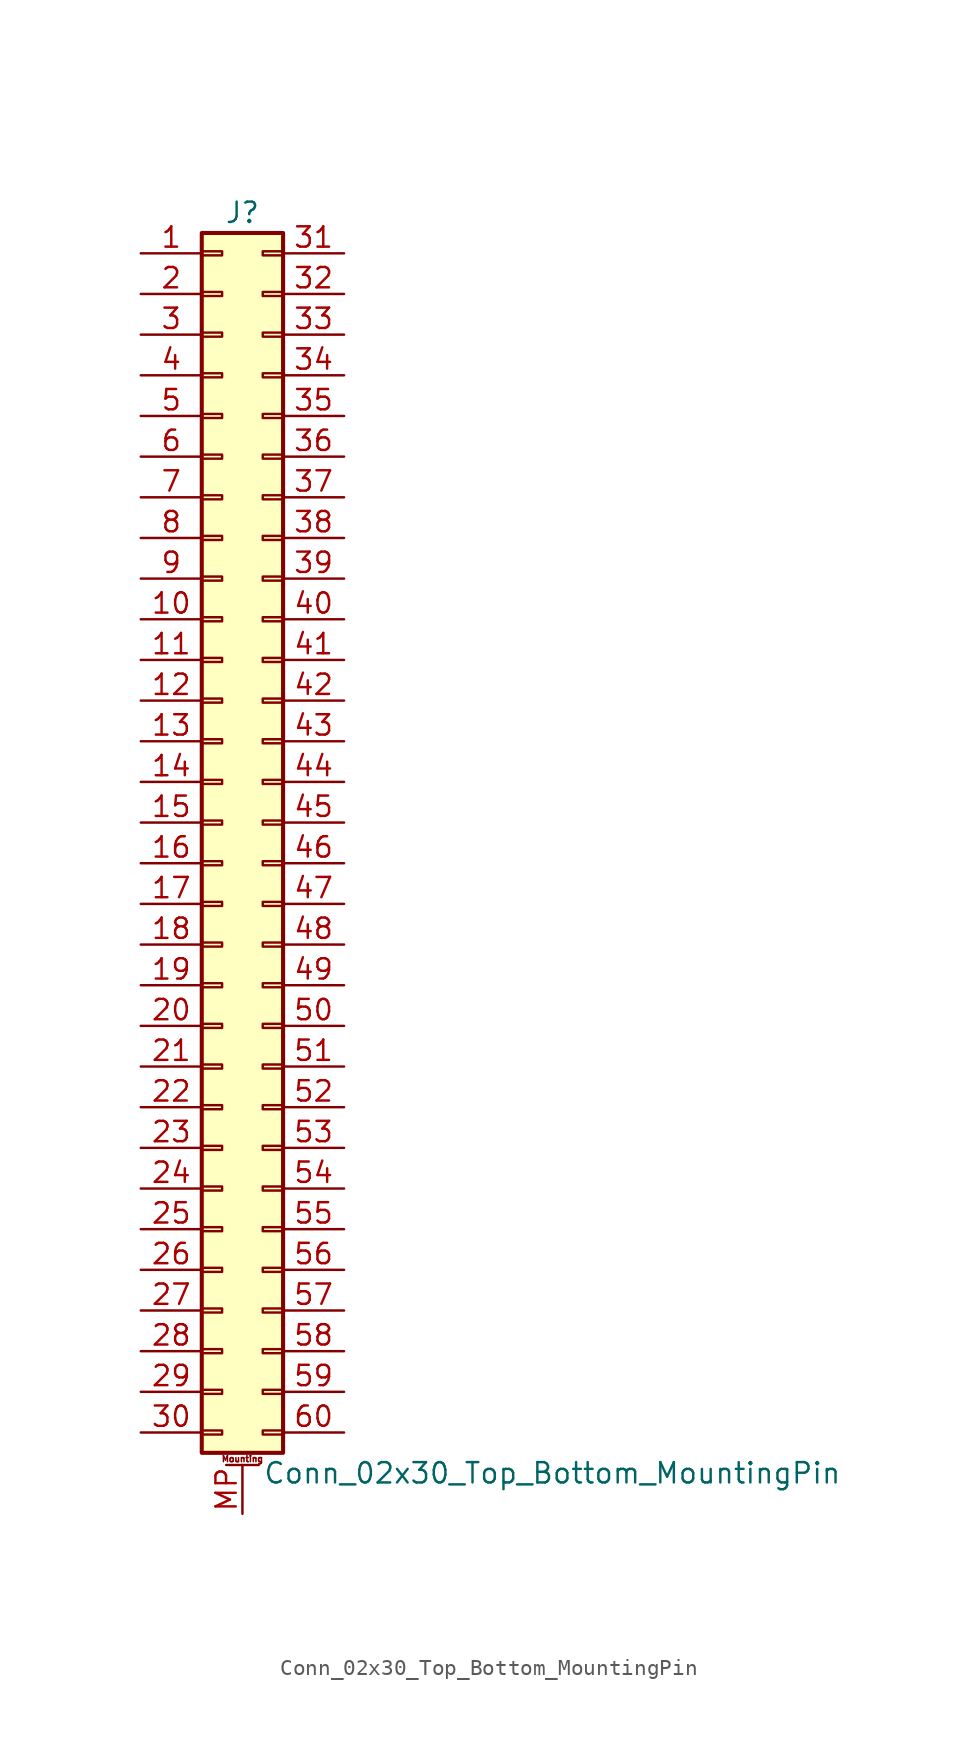
<source format=kicad_sym>
(kicad_symbol_lib
  (version 20201005)
  (generator kicad_symbol_editor)
  (symbol "Conn_02x30_Top_Bottom_MountingPin"
    (pin_names
      (offset 1.016) hide)
    (property "Reference" "J"
      (at 1.27 38.1 0)
      (effects (font (size 1.27 1.27))))
    (property "Value" "Conn_02x30_Top_Bottom_MountingPin"
      (at 2.54 -40.64 0)
      (effects (font (size 1.27 1.27)) (justify left)))
    (symbol "Conn_02x30_Top_Bottom_MountingPin_1_1"
      (text "Mounting" (at 1.27 -39.751 0) (effects (font (size 0.381 0.381))))
      (rectangle (start -1.27 -37.973) (end 0 -38.227) (stroke (width 0.152)) (fill (type none)))
      (rectangle (start -1.27 -35.433) (end 0 -35.687) (stroke (width 0.152)) (fill (type none)))
      (rectangle (start -1.27 -32.893) (end 0 -33.147) (stroke (width 0.152)) (fill (type none)))
      (rectangle (start -1.27 -30.353) (end 0 -30.607) (stroke (width 0.152)) (fill (type none)))
      (rectangle (start -1.27 -27.813) (end 0 -28.067) (stroke (width 0.152)) (fill (type none)))
      (rectangle (start -1.27 -25.273) (end 0 -25.527) (stroke (width 0.152)) (fill (type none)))
      (rectangle (start -1.27 -22.733) (end 0 -22.987) (stroke (width 0.152)) (fill (type none)))
      (rectangle (start -1.27 -20.193) (end 0 -20.447) (stroke (width 0.152)) (fill (type none)))
      (rectangle (start -1.27 -17.653) (end 0 -17.907) (stroke (width 0.152)) (fill (type none)))
      (rectangle (start -1.27 -15.113) (end 0 -15.367) (stroke (width 0.152)) (fill (type none)))
      (rectangle (start -1.27 -12.573) (end 0 -12.827) (stroke (width 0.152)) (fill (type none)))
      (rectangle (start -1.27 -10.033) (end 0 -10.287) (stroke (width 0.152)) (fill (type none)))
      (rectangle (start -1.27 -7.493) (end 0 -7.747) (stroke (width 0.152)) (fill (type none)))
      (rectangle (start -1.27 -4.953) (end 0 -5.207) (stroke (width 0.152)) (fill (type none)))
      (rectangle (start -1.27 -2.413) (end 0 -2.667) (stroke (width 0.152)) (fill (type none)))
      (rectangle (start -1.27 0.127) (end 0 -0.127) (stroke (width 0.152)) (fill (type none)))
      (rectangle (start -1.27 2.667) (end 0 2.413) (stroke (width 0.152)) (fill (type none)))
      (rectangle (start -1.27 5.207) (end 0 4.953) (stroke (width 0.152)) (fill (type none)))
      (rectangle (start -1.27 7.747) (end 0 7.493) (stroke (width 0.152)) (fill (type none)))
      (rectangle (start -1.27 10.287) (end 0 10.033) (stroke (width 0.152)) (fill (type none)))
      (rectangle (start -1.27 12.827) (end 0 12.573) (stroke (width 0.152)) (fill (type none)))
      (rectangle (start -1.27 15.367) (end 0 15.113) (stroke (width 0.152)) (fill (type none)))
      (rectangle (start -1.27 17.907) (end 0 17.653) (stroke (width 0.152)) (fill (type none)))
      (rectangle (start -1.27 20.447) (end 0 20.193) (stroke (width 0.152)) (fill (type none)))
      (rectangle (start -1.27 22.987) (end 0 22.733) (stroke (width 0.152)) (fill (type none)))
      (rectangle (start -1.27 25.527) (end 0 25.273) (stroke (width 0.152)) (fill (type none)))
      (rectangle (start -1.27 28.067) (end 0 27.813) (stroke (width 0.152)) (fill (type none)))
      (rectangle (start -1.27 30.607) (end 0 30.353) (stroke (width 0.152)) (fill (type none)))
      (rectangle (start -1.27 33.147) (end 0 32.893) (stroke (width 0.152)) (fill (type none)))
      (rectangle (start -1.27 35.687) (end 0 35.433) (stroke (width 0.152)) (fill (type none)))
      (rectangle (start -1.27 36.83) (end 3.81 -39.37) (stroke (width 0.254)) (fill (type background)))
      (rectangle (start 3.81 -37.973) (end 2.54 -38.227) (stroke (width 0.152)) (fill (type none)))
      (rectangle (start 3.81 -35.433) (end 2.54 -35.687) (stroke (width 0.152)) (fill (type none)))
      (rectangle (start 3.81 -32.893) (end 2.54 -33.147) (stroke (width 0.152)) (fill (type none)))
      (rectangle (start 3.81 -30.353) (end 2.54 -30.607) (stroke (width 0.152)) (fill (type none)))
      (rectangle (start 3.81 -27.813) (end 2.54 -28.067) (stroke (width 0.152)) (fill (type none)))
      (rectangle (start 3.81 -25.273) (end 2.54 -25.527) (stroke (width 0.152)) (fill (type none)))
      (rectangle (start 3.81 -22.733) (end 2.54 -22.987) (stroke (width 0.152)) (fill (type none)))
      (rectangle (start 3.81 -20.193) (end 2.54 -20.447) (stroke (width 0.152)) (fill (type none)))
      (rectangle (start 3.81 -17.653) (end 2.54 -17.907) (stroke (width 0.152)) (fill (type none)))
      (rectangle (start 3.81 -15.113) (end 2.54 -15.367) (stroke (width 0.152)) (fill (type none)))
      (rectangle (start 3.81 -12.573) (end 2.54 -12.827) (stroke (width 0.152)) (fill (type none)))
      (rectangle (start 3.81 -10.033) (end 2.54 -10.287) (stroke (width 0.152)) (fill (type none)))
      (rectangle (start 3.81 -7.493) (end 2.54 -7.747) (stroke (width 0.152)) (fill (type none)))
      (rectangle (start 3.81 -4.953) (end 2.54 -5.207) (stroke (width 0.152)) (fill (type none)))
      (rectangle (start 3.81 -2.413) (end 2.54 -2.667) (stroke (width 0.152)) (fill (type none)))
      (rectangle (start 3.81 0.127) (end 2.54 -0.127) (stroke (width 0.152)) (fill (type none)))
      (rectangle (start 3.81 2.667) (end 2.54 2.413) (stroke (width 0.152)) (fill (type none)))
      (rectangle (start 3.81 5.207) (end 2.54 4.953) (stroke (width 0.152)) (fill (type none)))
      (rectangle (start 3.81 7.747) (end 2.54 7.493) (stroke (width 0.152)) (fill (type none)))
      (rectangle (start 3.81 10.287) (end 2.54 10.033) (stroke (width 0.152)) (fill (type none)))
      (rectangle (start 3.81 12.827) (end 2.54 12.573) (stroke (width 0.152)) (fill (type none)))
      (rectangle (start 3.81 15.367) (end 2.54 15.113) (stroke (width 0.152)) (fill (type none)))
      (rectangle (start 3.81 17.907) (end 2.54 17.653) (stroke (width 0.152)) (fill (type none)))
      (rectangle (start 3.81 20.447) (end 2.54 20.193) (stroke (width 0.152)) (fill (type none)))
      (rectangle (start 3.81 22.987) (end 2.54 22.733) (stroke (width 0.152)) (fill (type none)))
      (rectangle (start 3.81 25.527) (end 2.54 25.273) (stroke (width 0.152)) (fill (type none)))
      (rectangle (start 3.81 28.067) (end 2.54 27.813) (stroke (width 0.152)) (fill (type none)))
      (rectangle (start 3.81 30.607) (end 2.54 30.353) (stroke (width 0.152)) (fill (type none)))
      (rectangle (start 3.81 33.147) (end 2.54 32.893) (stroke (width 0.152)) (fill (type none)))
      (rectangle (start 3.81 35.687) (end 2.54 35.433) (stroke (width 0.152)) (fill (type none)))
      (polyline (pts (xy 0.254 -40.132) (xy 2.286 -40.132)) (stroke (width 0.152)) (fill (type none)))
      (pin passive line (at -5.08 35.56 0) (length 3.81) (name "Pin_1" (effects (font (size 1.27 1.27)))) (number "1" (effects (font (size 1.27 1.27)))))
      (pin passive line (at -5.08 12.7 0) (length 3.81) (name "Pin_10" (effects (font (size 1.27 1.27)))) (number "10" (effects (font (size 1.27 1.27)))))
      (pin passive line (at -5.08 10.16 0) (length 3.81) (name "Pin_11" (effects (font (size 1.27 1.27)))) (number "11" (effects (font (size 1.27 1.27)))))
      (pin passive line (at -5.08 7.62 0) (length 3.81) (name "Pin_12" (effects (font (size 1.27 1.27)))) (number "12" (effects (font (size 1.27 1.27)))))
      (pin passive line (at -5.08 5.08 0) (length 3.81) (name "Pin_13" (effects (font (size 1.27 1.27)))) (number "13" (effects (font (size 1.27 1.27)))))
      (pin passive line (at -5.08 2.54 0) (length 3.81) (name "Pin_14" (effects (font (size 1.27 1.27)))) (number "14" (effects (font (size 1.27 1.27)))))
      (pin passive line (at -5.08 0 0) (length 3.81) (name "Pin_15" (effects (font (size 1.27 1.27)))) (number "15" (effects (font (size 1.27 1.27)))))
      (pin passive line (at -5.08 -2.54 0) (length 3.81) (name "Pin_16" (effects (font (size 1.27 1.27)))) (number "16" (effects (font (size 1.27 1.27)))))
      (pin passive line (at -5.08 -5.08 0) (length 3.81) (name "Pin_17" (effects (font (size 1.27 1.27)))) (number "17" (effects (font (size 1.27 1.27)))))
      (pin passive line (at -5.08 -7.62 0) (length 3.81) (name "Pin_18" (effects (font (size 1.27 1.27)))) (number "18" (effects (font (size 1.27 1.27)))))
      (pin passive line (at -5.08 -10.16 0) (length 3.81) (name "Pin_19" (effects (font (size 1.27 1.27)))) (number "19" (effects (font (size 1.27 1.27)))))
      (pin passive line (at -5.08 33.02 0) (length 3.81) (name "Pin_2" (effects (font (size 1.27 1.27)))) (number "2" (effects (font (size 1.27 1.27)))))
      (pin passive line (at -5.08 -12.7 0) (length 3.81) (name "Pin_20" (effects (font (size 1.27 1.27)))) (number "20" (effects (font (size 1.27 1.27)))))
      (pin passive line (at -5.08 -15.24 0) (length 3.81) (name "Pin_21" (effects (font (size 1.27 1.27)))) (number "21" (effects (font (size 1.27 1.27)))))
      (pin passive line (at -5.08 -17.78 0) (length 3.81) (name "Pin_22" (effects (font (size 1.27 1.27)))) (number "22" (effects (font (size 1.27 1.27)))))
      (pin passive line (at -5.08 -20.32 0) (length 3.81) (name "Pin_23" (effects (font (size 1.27 1.27)))) (number "23" (effects (font (size 1.27 1.27)))))
      (pin passive line (at -5.08 -22.86 0) (length 3.81) (name "Pin_24" (effects (font (size 1.27 1.27)))) (number "24" (effects (font (size 1.27 1.27)))))
      (pin passive line (at -5.08 -25.4 0) (length 3.81) (name "Pin_25" (effects (font (size 1.27 1.27)))) (number "25" (effects (font (size 1.27 1.27)))))
      (pin passive line (at -5.08 -27.94 0) (length 3.81) (name "Pin_26" (effects (font (size 1.27 1.27)))) (number "26" (effects (font (size 1.27 1.27)))))
      (pin passive line (at -5.08 -30.48 0) (length 3.81) (name "Pin_27" (effects (font (size 1.27 1.27)))) (number "27" (effects (font (size 1.27 1.27)))))
      (pin passive line (at -5.08 -33.02 0) (length 3.81) (name "Pin_28" (effects (font (size 1.27 1.27)))) (number "28" (effects (font (size 1.27 1.27)))))
      (pin passive line (at -5.08 -35.56 0) (length 3.81) (name "Pin_29" (effects (font (size 1.27 1.27)))) (number "29" (effects (font (size 1.27 1.27)))))
      (pin passive line (at -5.08 30.48 0) (length 3.81) (name "Pin_3" (effects (font (size 1.27 1.27)))) (number "3" (effects (font (size 1.27 1.27)))))
      (pin passive line (at -5.08 -38.1 0) (length 3.81) (name "Pin_30" (effects (font (size 1.27 1.27)))) (number "30" (effects (font (size 1.27 1.27)))))
      (pin passive line (at 7.62 35.56 180) (length 3.81) (name "Pin_31" (effects (font (size 1.27 1.27)))) (number "31" (effects (font (size 1.27 1.27)))))
      (pin passive line (at 7.62 33.02 180) (length 3.81) (name "Pin_32" (effects (font (size 1.27 1.27)))) (number "32" (effects (font (size 1.27 1.27)))))
      (pin passive line (at 7.62 30.48 180) (length 3.81) (name "Pin_33" (effects (font (size 1.27 1.27)))) (number "33" (effects (font (size 1.27 1.27)))))
      (pin passive line (at 7.62 27.94 180) (length 3.81) (name "Pin_34" (effects (font (size 1.27 1.27)))) (number "34" (effects (font (size 1.27 1.27)))))
      (pin passive line (at 7.62 25.4 180) (length 3.81) (name "Pin_35" (effects (font (size 1.27 1.27)))) (number "35" (effects (font (size 1.27 1.27)))))
      (pin passive line (at 7.62 22.86 180) (length 3.81) (name "Pin_36" (effects (font (size 1.27 1.27)))) (number "36" (effects (font (size 1.27 1.27)))))
      (pin passive line (at 7.62 20.32 180) (length 3.81) (name "Pin_37" (effects (font (size 1.27 1.27)))) (number "37" (effects (font (size 1.27 1.27)))))
      (pin passive line (at 7.62 17.78 180) (length 3.81) (name "Pin_38" (effects (font (size 1.27 1.27)))) (number "38" (effects (font (size 1.27 1.27)))))
      (pin passive line (at 7.62 15.24 180) (length 3.81) (name "Pin_39" (effects (font (size 1.27 1.27)))) (number "39" (effects (font (size 1.27 1.27)))))
      (pin passive line (at -5.08 27.94 0) (length 3.81) (name "Pin_4" (effects (font (size 1.27 1.27)))) (number "4" (effects (font (size 1.27 1.27)))))
      (pin passive line (at 7.62 12.7 180) (length 3.81) (name "Pin_40" (effects (font (size 1.27 1.27)))) (number "40" (effects (font (size 1.27 1.27)))))
      (pin passive line (at 7.62 10.16 180) (length 3.81) (name "Pin_41" (effects (font (size 1.27 1.27)))) (number "41" (effects (font (size 1.27 1.27)))))
      (pin passive line (at 7.62 7.62 180) (length 3.81) (name "Pin_42" (effects (font (size 1.27 1.27)))) (number "42" (effects (font (size 1.27 1.27)))))
      (pin passive line (at 7.62 5.08 180) (length 3.81) (name "Pin_43" (effects (font (size 1.27 1.27)))) (number "43" (effects (font (size 1.27 1.27)))))
      (pin passive line (at 7.62 2.54 180) (length 3.81) (name "Pin_44" (effects (font (size 1.27 1.27)))) (number "44" (effects (font (size 1.27 1.27)))))
      (pin passive line (at 7.62 0 180) (length 3.81) (name "Pin_45" (effects (font (size 1.27 1.27)))) (number "45" (effects (font (size 1.27 1.27)))))
      (pin passive line (at 7.62 -2.54 180) (length 3.81) (name "Pin_46" (effects (font (size 1.27 1.27)))) (number "46" (effects (font (size 1.27 1.27)))))
      (pin passive line (at 7.62 -5.08 180) (length 3.81) (name "Pin_47" (effects (font (size 1.27 1.27)))) (number "47" (effects (font (size 1.27 1.27)))))
      (pin passive line (at 7.62 -7.62 180) (length 3.81) (name "Pin_48" (effects (font (size 1.27 1.27)))) (number "48" (effects (font (size 1.27 1.27)))))
      (pin passive line (at 7.62 -10.16 180) (length 3.81) (name "Pin_49" (effects (font (size 1.27 1.27)))) (number "49" (effects (font (size 1.27 1.27)))))
      (pin passive line (at -5.08 25.4 0) (length 3.81) (name "Pin_5" (effects (font (size 1.27 1.27)))) (number "5" (effects (font (size 1.27 1.27)))))
      (pin passive line (at 7.62 -12.7 180) (length 3.81) (name "Pin_50" (effects (font (size 1.27 1.27)))) (number "50" (effects (font (size 1.27 1.27)))))
      (pin passive line (at 7.62 -15.24 180) (length 3.81) (name "Pin_51" (effects (font (size 1.27 1.27)))) (number "51" (effects (font (size 1.27 1.27)))))
      (pin passive line (at 7.62 -17.78 180) (length 3.81) (name "Pin_52" (effects (font (size 1.27 1.27)))) (number "52" (effects (font (size 1.27 1.27)))))
      (pin passive line (at 7.62 -20.32 180) (length 3.81) (name "Pin_53" (effects (font (size 1.27 1.27)))) (number "53" (effects (font (size 1.27 1.27)))))
      (pin passive line (at 7.62 -22.86 180) (length 3.81) (name "Pin_54" (effects (font (size 1.27 1.27)))) (number "54" (effects (font (size 1.27 1.27)))))
      (pin passive line (at 7.62 -25.4 180) (length 3.81) (name "Pin_55" (effects (font (size 1.27 1.27)))) (number "55" (effects (font (size 1.27 1.27)))))
      (pin passive line (at 7.62 -27.94 180) (length 3.81) (name "Pin_56" (effects (font (size 1.27 1.27)))) (number "56" (effects (font (size 1.27 1.27)))))
      (pin passive line (at 7.62 -30.48 180) (length 3.81) (name "Pin_57" (effects (font (size 1.27 1.27)))) (number "57" (effects (font (size 1.27 1.27)))))
      (pin passive line (at 7.62 -33.02 180) (length 3.81) (name "Pin_58" (effects (font (size 1.27 1.27)))) (number "58" (effects (font (size 1.27 1.27)))))
      (pin passive line (at 7.62 -35.56 180) (length 3.81) (name "Pin_59" (effects (font (size 1.27 1.27)))) (number "59" (effects (font (size 1.27 1.27)))))
      (pin passive line (at -5.08 22.86 0) (length 3.81) (name "Pin_6" (effects (font (size 1.27 1.27)))) (number "6" (effects (font (size 1.27 1.27)))))
      (pin passive line (at 7.62 -38.1 180) (length 3.81) (name "Pin_60" (effects (font (size 1.27 1.27)))) (number "60" (effects (font (size 1.27 1.27)))))
      (pin passive line (at -5.08 20.32 0) (length 3.81) (name "Pin_7" (effects (font (size 1.27 1.27)))) (number "7" (effects (font (size 1.27 1.27)))))
      (pin passive line (at -5.08 17.78 0) (length 3.81) (name "Pin_8" (effects (font (size 1.27 1.27)))) (number "8" (effects (font (size 1.27 1.27)))))
      (pin passive line (at -5.08 15.24 0) (length 3.81) (name "Pin_9" (effects (font (size 1.27 1.27)))) (number "9" (effects (font (size 1.27 1.27)))))
      (pin passive line (at 1.27 -43.18 90) (length 3.048) (name "MountPin" (effects (font (size 1.27 1.27)))) (number "MP" (effects (font (size 1.27 1.27))))))))
</source>
